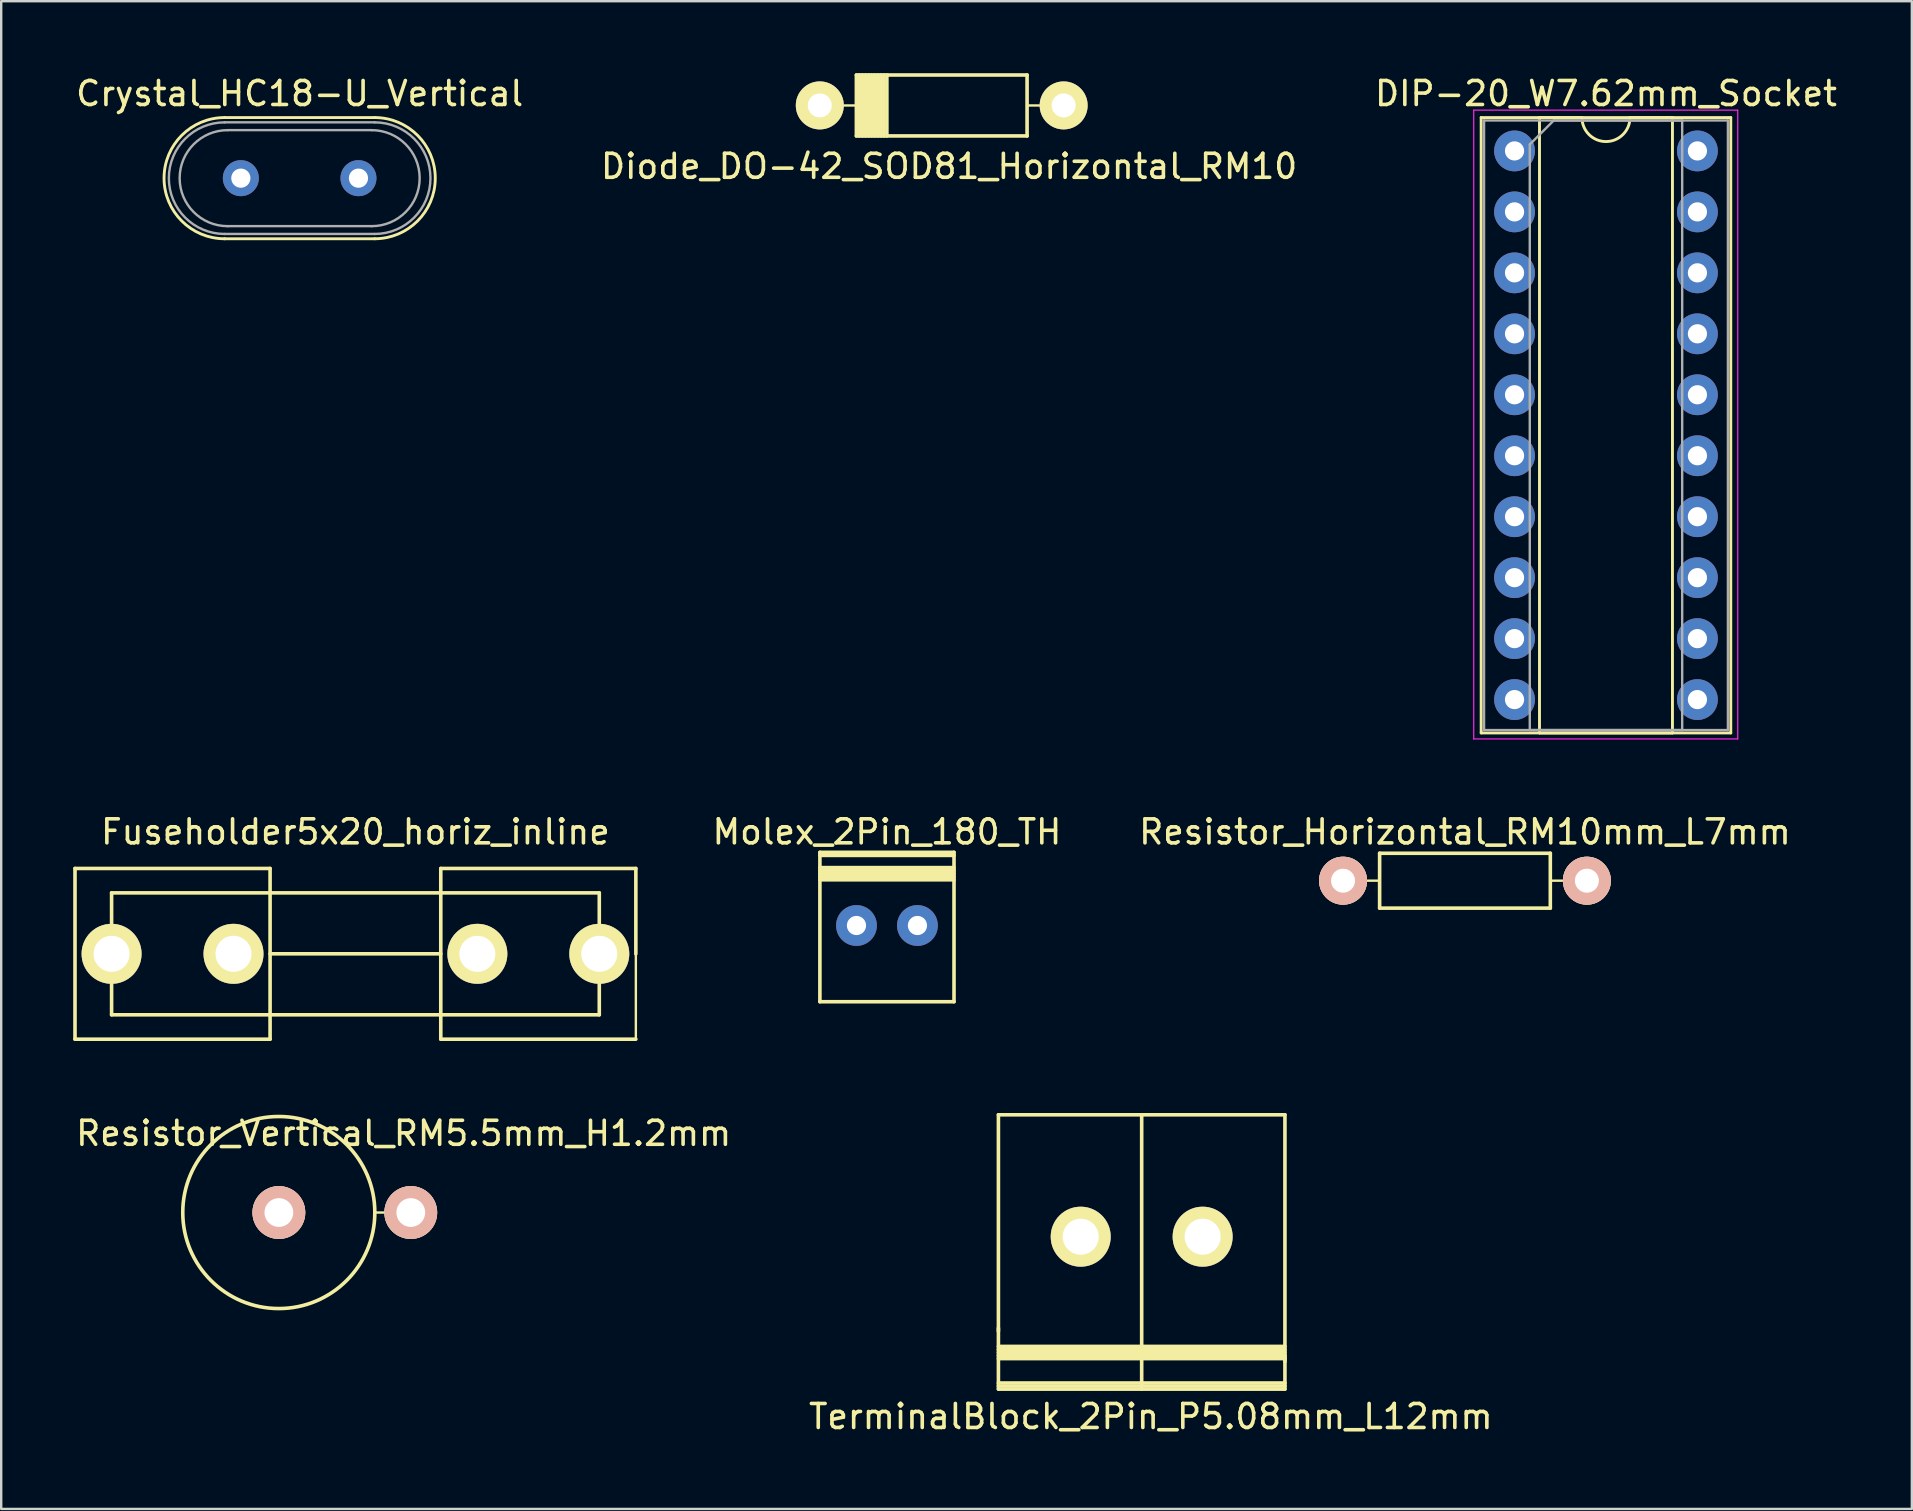
<source format=kicad_pcb>
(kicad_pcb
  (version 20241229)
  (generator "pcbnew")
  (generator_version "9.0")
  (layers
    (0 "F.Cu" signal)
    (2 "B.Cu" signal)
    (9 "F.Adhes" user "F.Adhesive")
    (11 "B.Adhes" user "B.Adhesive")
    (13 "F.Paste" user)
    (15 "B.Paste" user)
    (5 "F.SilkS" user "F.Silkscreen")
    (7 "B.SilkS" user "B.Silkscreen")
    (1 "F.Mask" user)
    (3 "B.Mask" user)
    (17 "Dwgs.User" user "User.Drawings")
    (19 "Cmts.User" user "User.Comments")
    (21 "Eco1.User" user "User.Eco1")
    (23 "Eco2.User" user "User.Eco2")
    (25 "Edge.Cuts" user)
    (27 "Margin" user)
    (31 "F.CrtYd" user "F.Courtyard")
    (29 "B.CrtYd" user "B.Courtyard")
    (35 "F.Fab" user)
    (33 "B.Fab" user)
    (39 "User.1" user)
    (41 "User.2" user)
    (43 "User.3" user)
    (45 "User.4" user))
  (footprint "TerminalBlock_2Pin_P5.08mm_L12mm"
    (layer "F.Cu")
    (at 41.978 48.477)
    (property "Reference" "TerminalBlock_2Pin_P5.08mm_L12mm" (at 2.921 7.493 0) (layer "F.SilkS") (effects (font (size 1 1) (thickness 0.15))))
    (attr through_hole)
    (fp_line (start -3.429 -5.08) (end -3.429 6.35) (stroke (width 0.15) (type solid)) (layer "F.SilkS"))
    (fp_line (start -3.429 3.81) (end -3.429 3.937) (stroke (width 0.15) (type solid)) (layer "F.SilkS"))
    (fp_line (start -3.429 4.572) (end 8.509 4.572) (stroke (width 0.15) (type solid)) (layer "F.SilkS"))
    (fp_line (start -3.429 4.953) (end 8.509 4.953) (stroke (width 0.15) (type solid)) (layer "F.SilkS"))
    (fp_line (start -3.429 6.223) (end 8.509 6.223) (stroke (width 0.15) (type solid)) (layer "F.SilkS"))
    (fp_line (start 2.54 -5.08) (end 2.54 6.35) (stroke (width 0.15) (type solid)) (layer "F.SilkS"))
    (fp_line (start 8.509 -5.08) (end -3.429 -5.08) (stroke (width 0.15) (type solid)) (layer "F.SilkS"))
    (fp_line (start 8.509 -5.08) (end 8.509 6.35) (stroke (width 0.15) (type solid)) (layer "F.SilkS"))
    (fp_line (start 8.509 4.699) (end -3.429 4.699) (stroke (width 0.15) (type solid)) (layer "F.SilkS"))
    (fp_line (start 8.509 4.826) (end -3.429 4.826) (stroke (width 0.15) (type solid)) (layer "F.SilkS"))
    (fp_line (start 8.509 4.953) (end 8.509 5.207) (stroke (width 0.15) (type solid)) (layer "F.SilkS"))
    (fp_line (start 8.509 5.08) (end -3.429 5.08) (stroke (width 0.15) (type solid)) (layer "F.SilkS"))
    (fp_line (start 8.509 6.096) (end -3.429 6.096) (stroke (width 0.15) (type solid)) (layer "F.SilkS"))
    (fp_line (start 8.509 6.35) (end -3.429 6.35) (stroke (width 0.15) (type solid)) (layer "F.SilkS"))
    (pad "1" thru_hole circle (at 0 0) (size 2.5 2.5) (drill 1.5) (layers "*.Cu" "*.Mask" "F.SilkS"))
    (pad "2" thru_hole circle (at 5.08 0) (size 2.5 2.5) (drill 1.5) (layers "*.Cu" "*.Mask" "F.SilkS")))
  (footprint "Resistor_Vertical_RM5.5mm_H1.2mm"
    (layer "F.Cu")
    (at 11.068 47.47)
    (property "Reference" "Resistor_Vertical_RM5.5mm_H1.2mm" (at 2.7 -3.299 0) (layer "F.SilkS") (effects (font (size 1 1) (thickness 0.15))))
    (attr through_hole)
    (fp_line (start 1.524 0) (end 2.032 0) (stroke (width 0.1) (type solid)) (layer "F.SilkS"))
    (fp_circle (center -2.502 0) (end 1.499 0) (stroke (width 0.15) (type solid)) (fill no) (layer "F.SilkS"))
    (pad "1" thru_hole circle (at -2.499 0) (size 2.2 2.2) (drill 1.2) (layers "*.Cu" "*.SilkS" "*.Mask"))
    (pad "2" thru_hole circle (at 2.997 0) (size 2.2 2.2) (drill 1.2) (layers "*.Cu" "*.SilkS" "*.Mask")))
  (footprint "Resistor_Horizontal_RM10mm_L7mm"
    (layer "F.Cu")
    (at 52.908 33.644)
    (property "Reference" "Resistor_Horizontal_RM10mm_L7mm" (at 5.08 -2.032 0) (layer "F.SilkS") (effects (font (size 1 1) (thickness 0.15))))
    (attr through_hole)
    (fp_line (start 1.524 -1.143) (end 8.636 -1.143) (stroke (width 0.15) (type solid)) (layer "F.SilkS"))
    (fp_line (start 1.524 0) (end 1.016 0) (stroke (width 0.1) (type solid)) (layer "F.SilkS"))
    (fp_line (start 1.524 1.143) (end 1.524 -1.143) (stroke (width 0.15) (type solid)) (layer "F.SilkS"))
    (fp_line (start 8.636 -1.143) (end 8.636 1.143) (stroke (width 0.15) (type solid)) (layer "F.SilkS"))
    (fp_line (start 8.636 0) (end 9.144 0) (stroke (width 0.1) (type solid)) (layer "F.SilkS"))
    (fp_line (start 8.636 1.143) (end 1.524 1.143) (stroke (width 0.15) (type solid)) (layer "F.SilkS"))
    (pad "1" thru_hole circle (at 0 0) (size 1.999 1.999) (drill 1) (layers "*.Cu" "*.SilkS" "*.Mask"))
    (pad "2" thru_hole circle (at 10.16 0) (size 1.999 1.999) (drill 1) (layers "*.Cu" "*.SilkS" "*.Mask")))
  (footprint "Diode_DO-42_SOD81_Horizontal_RM10"
    (layer "F.Cu")
    (at 31.107 1.345)
    (property "Reference" "Diode_DO-42_SOD81_Horizontal_RM10" (at 5.387 2.537 0) (layer "F.SilkS") (effects (font (size 1 1) (thickness 0.15))))
    (attr through_hole)
    (fp_line (start 1.524 -1.27) (end 8.636 -1.27) (stroke (width 0.15) (type solid)) (layer "F.SilkS"))
    (fp_line (start 1.524 0) (end 1.016 0) (stroke (width 0.1) (type solid)) (layer "F.SilkS"))
    (fp_line (start 1.524 1.27) (end 1.524 -1.27) (stroke (width 0.15) (type solid)) (layer "F.SilkS"))
    (fp_line (start 1.651 -1.27) (end 1.651 1.27) (stroke (width 0.15) (type solid)) (layer "F.SilkS"))
    (fp_line (start 1.778 -1.27) (end 1.778 1.27) (stroke (width 0.15) (type solid)) (layer "F.SilkS"))
    (fp_line (start 1.905 -1.27) (end 1.905 1.27) (stroke (width 0.15) (type solid)) (layer "F.SilkS"))
    (fp_line (start 2.032 -1.27) (end 2.032 1.27) (stroke (width 0.15) (type solid)) (layer "F.SilkS"))
    (fp_line (start 2.159 -1.27) (end 2.159 1.27) (stroke (width 0.15) (type solid)) (layer "F.SilkS"))
    (fp_line (start 2.286 -1.27) (end 2.286 1.27) (stroke (width 0.15) (type solid)) (layer "F.SilkS"))
    (fp_line (start 2.413 -1.27) (end 2.413 1.27) (stroke (width 0.15) (type solid)) (layer "F.SilkS"))
    (fp_line (start 2.54 -1.27) (end 2.54 1.27) (stroke (width 0.15) (type solid)) (layer "F.SilkS"))
    (fp_line (start 2.667 -1.27) (end 2.667 1.27) (stroke (width 0.15) (type solid)) (layer "F.SilkS"))
    (fp_line (start 2.794 -1.27) (end 2.794 1.27) (stroke (width 0.15) (type solid)) (layer "F.SilkS"))
    (fp_line (start 8.636 -1.27) (end 8.636 1.27) (stroke (width 0.15) (type solid)) (layer "F.SilkS"))
    (fp_line (start 8.636 0) (end 9.144 0) (stroke (width 0.1) (type solid)) (layer "F.SilkS"))
    (fp_line (start 8.636 1.27) (end 1.524 1.27) (stroke (width 0.15) (type solid)) (layer "F.SilkS"))
    (pad "1" thru_hole circle (at 0 -0.003 180) (size 2 2) (drill 1) (layers "*.Cu" "*.Mask" "F.SilkS"))
    (pad "2" thru_hole circle (at 10.16 -0.003 180) (size 1.999 1.999) (drill 1) (layers "*.Cu" "*.Mask" "F.SilkS")))
  (footprint "Fuseholder5x20_horiz_inline"
    (layer "F.Cu")
    (at 1.599 36.691)
    (property "Reference" "Fuseholder5x20_horiz_inline" (at 10.16 -5.08 0) (layer "F.SilkS") (effects (font (size 1 1) (thickness 0.15))))
    (attr through_hole)
    (fp_line (start -1.524 -3.556) (end 6.604 -3.556) (stroke (width 0.15) (type solid)) (layer "F.SilkS"))
    (fp_line (start -1.524 3.556) (end -1.524 -3.556) (stroke (width 0.15) (type solid)) (layer "F.SilkS"))
    (fp_line (start -1.524 3.556) (end 6.604 3.556) (stroke (width 0.15) (type solid)) (layer "F.SilkS"))
    (fp_line (start 0 -2.54) (end 0 -1.27) (stroke (width 0.15) (type solid)) (layer "F.SilkS"))
    (fp_line (start 0 -2.54) (end 20.32 -2.54) (stroke (width 0.15) (type solid)) (layer "F.SilkS"))
    (fp_line (start 0 2.54) (end 0 1.27) (stroke (width 0.15) (type solid)) (layer "F.SilkS"))
    (fp_line (start 0 2.54) (end 20.32 2.54) (stroke (width 0.15) (type solid)) (layer "F.SilkS"))
    (fp_line (start 6.604 -3.556) (end 6.604 3.556) (stroke (width 0.15) (type solid)) (layer "F.SilkS"))
    (fp_line (start 13.716 -3.556) (end 13.716 3.556) (stroke (width 0.15) (type solid)) (layer "F.SilkS"))
    (fp_line (start 13.716 0) (end 6.604 0) (stroke (width 0.15) (type solid)) (layer "F.SilkS"))
    (fp_line (start 20.32 -1.27) (end 20.32 -2.54) (stroke (width 0.15) (type solid)) (layer "F.SilkS"))
    (fp_line (start 20.32 2.54) (end 20.32 1.27) (stroke (width 0.15) (type solid)) (layer "F.SilkS"))
    (fp_line (start 21.844 -3.556) (end 13.716 -3.556) (stroke (width 0.15) (type solid)) (layer "F.SilkS"))
    (fp_line (start 21.844 -3.556) (end 21.844 0) (stroke (width 0.15) (type solid)) (layer "F.SilkS"))
    (fp_line (start 21.844 0) (end 21.844 3.556) (stroke (width 0.1) (type solid)) (layer "F.SilkS"))
    (fp_line (start 21.844 3.556) (end 13.716 3.556) (stroke (width 0.15) (type solid)) (layer "F.SilkS"))
    (pad "1" thru_hole circle (at 0 0) (size 2.5 2.5) (drill 1.5) (layers "*.Cu" "*.Mask" "F.SilkS"))
    (pad "1" thru_hole circle (at 5.08 0) (size 2.5 2.5) (drill 1.5) (layers "*.Cu" "*.Mask" "F.SilkS"))
    (pad "2" thru_hole circle (at 15.24 0) (size 2.5 2.5) (drill 1.5) (layers "*.Cu" "*.Mask" "F.SilkS"))
    (pad "2" thru_hole circle (at 20.32 0) (size 2.5 2.5) (drill 1.5) (layers "*.Cu" "*.Mask" "F.SilkS")))
  (footprint "DIP-20_W7.62mm_Socket"
    (layer "F.Cu")
    (at 60.053 3.238)
    (property "Reference" "DIP-20_W7.62mm_Socket" (at 3.81 -2.39 0) (layer "F.SilkS") (effects (font (size 1 1) (thickness 0.15))))
    (attr through_hole)
    (fp_line (start -1.39 -1.39) (end -1.39 24.25) (stroke (width 0.12) (type solid)) (layer "F.SilkS"))
    (fp_line (start -1.39 24.25) (end 9.01 24.25) (stroke (width 0.12) (type solid)) (layer "F.SilkS"))
    (fp_line (start 1.04 -1.39) (end 1.04 24.25) (stroke (width 0.12) (type solid)) (layer "F.SilkS"))
    (fp_line (start 1.04 24.25) (end 6.58 24.25) (stroke (width 0.12) (type solid)) (layer "F.SilkS"))
    (fp_line (start 2.81 -1.39) (end 1.04 -1.39) (stroke (width 0.12) (type solid)) (layer "F.SilkS"))
    (fp_line (start 6.58 -1.39) (end 4.81 -1.39) (stroke (width 0.12) (type solid)) (layer "F.SilkS"))
    (fp_line (start 6.58 24.25) (end 6.58 -1.39) (stroke (width 0.12) (type solid)) (layer "F.SilkS"))
    (fp_line (start 9.01 -1.39) (end -1.39 -1.39) (stroke (width 0.12) (type solid)) (layer "F.SilkS"))
    (fp_line (start 9.01 24.25) (end 9.01 -1.39) (stroke (width 0.12) (type solid)) (layer "F.SilkS"))
    (fp_arc (start 4.81 -1.39) (mid 3.81 -0.39) (end 2.81 -1.39) (stroke (width 0.12) (type solid)) (layer "F.SilkS"))
    (fp_line (start -1.7 -1.7) (end -1.7 24.5) (stroke (width 0.05) (type solid)) (layer "F.CrtYd"))
    (fp_line (start -1.7 24.5) (end 9.3 24.5) (stroke (width 0.05) (type solid)) (layer "F.CrtYd"))
    (fp_line (start 9.3 -1.7) (end -1.7 -1.7) (stroke (width 0.05) (type solid)) (layer "F.CrtYd"))
    (fp_line (start 9.3 24.5) (end 9.3 -1.7) (stroke (width 0.05) (type solid)) (layer "F.CrtYd"))
    (fp_line (start -1.27 -1.27) (end -1.27 24.13) (stroke (width 0.1) (type solid)) (layer "F.Fab"))
    (fp_line (start -1.27 24.13) (end 8.89 24.13) (stroke (width 0.1) (type solid)) (layer "F.Fab"))
    (fp_line (start 0.635 -0.27) (end 1.635 -1.27) (stroke (width 0.1) (type solid)) (layer "F.Fab"))
    (fp_line (start 0.635 24.13) (end 0.635 -0.27) (stroke (width 0.1) (type solid)) (layer "F.Fab"))
    (fp_line (start 1.635 -1.27) (end 6.985 -1.27) (stroke (width 0.1) (type solid)) (layer "F.Fab"))
    (fp_line (start 6.985 -1.27) (end 6.985 24.13) (stroke (width 0.1) (type solid)) (layer "F.Fab"))
    (fp_line (start 6.985 24.13) (end 0.635 24.13) (stroke (width 0.1) (type solid)) (layer "F.Fab"))
    (fp_line (start 8.89 -1.27) (end -1.27 -1.27) (stroke (width 0.1) (type solid)) (layer "F.Fab"))
    (fp_line (start 8.89 24.13) (end 8.89 -1.27) (stroke (width 0.1) (type solid)) (layer "F.Fab"))
    (pad "1" thru_hole circle (at 0 0) (size 1.7 1.7) (drill 0.8) (layers "*.Cu" "*.Mask"))
    (pad "2" thru_hole circle (at 0 2.54) (size 1.7 1.7) (drill 0.8) (layers "*.Cu" "*.Mask"))
    (pad "3" thru_hole circle (at 0 5.08) (size 1.7 1.7) (drill 0.8) (layers "*.Cu" "*.Mask"))
    (pad "4" thru_hole circle (at 0 7.62) (size 1.7 1.7) (drill 0.8) (layers "*.Cu" "*.Mask"))
    (pad "5" thru_hole circle (at 0 10.16) (size 1.7 1.7) (drill 0.8) (layers "*.Cu" "*.Mask"))
    (pad "6" thru_hole circle (at 0 12.7) (size 1.7 1.7) (drill 0.8) (layers "*.Cu" "*.Mask"))
    (pad "7" thru_hole circle (at 0 15.24) (size 1.7 1.7) (drill 0.8) (layers "*.Cu" "*.Mask"))
    (pad "8" thru_hole circle (at 0 17.78) (size 1.7 1.7) (drill 0.8) (layers "*.Cu" "*.Mask"))
    (pad "9" thru_hole circle (at 0 20.32) (size 1.7 1.7) (drill 0.8) (layers "*.Cu" "*.Mask"))
    (pad "10" thru_hole circle (at 0 22.86) (size 1.7 1.7) (drill 0.8) (layers "*.Cu" "*.Mask"))
    (pad "11" thru_hole circle (at 7.62 22.86) (size 1.7 1.7) (drill 0.8) (layers "*.Cu" "*.Mask"))
    (pad "12" thru_hole circle (at 7.62 20.32) (size 1.7 1.7) (drill 0.8) (layers "*.Cu" "*.Mask"))
    (pad "13" thru_hole circle (at 7.62 17.78) (size 1.7 1.7) (drill 0.8) (layers "*.Cu" "*.Mask"))
    (pad "14" thru_hole circle (at 7.62 15.24) (size 1.7 1.7) (drill 0.8) (layers "*.Cu" "*.Mask"))
    (pad "15" thru_hole circle (at 7.62 12.7) (size 1.7 1.7) (drill 0.8) (layers "*.Cu" "*.Mask"))
    (pad "16" thru_hole circle (at 7.62 10.16) (size 1.7 1.7) (drill 0.8) (layers "*.Cu" "*.Mask"))
    (pad "17" thru_hole circle (at 7.62 7.62) (size 1.7 1.7) (drill 0.8) (layers "*.Cu" "*.Mask"))
    (pad "18" thru_hole circle (at 7.62 5.08) (size 1.7 1.7) (drill 0.8) (layers "*.Cu" "*.Mask"))
    (pad "19" thru_hole circle (at 7.62 2.54) (size 1.7 1.7) (drill 0.8) (layers "*.Cu" "*.Mask"))
    (pad "20" thru_hole circle (at 7.62 0) (size 1.7 1.7) (drill 0.8) (layers "*.Cu" "*.Mask")))
  (footprint "Crystal_HC18-U_Vertical"
    (layer "F.Cu")
    (at 6.985 4.373)
    (property "Reference" "Crystal_HC18-U_Vertical" (at 2.45 -3.525 0) (layer "F.SilkS") (effects (font (size 1 1) (thickness 0.15))))
    (attr through_hole)
    (fp_line (start -0.675 -2.525) (end 5.575 -2.525) (stroke (width 0.12) (type solid)) (layer "F.SilkS"))
    (fp_line (start -0.675 2.525) (end 5.575 2.525) (stroke (width 0.12) (type solid)) (layer "F.SilkS"))
    (fp_arc (start -0.675 2.525) (mid -3.2 0) (end -0.675 -2.525) (stroke (width 0.12) (type solid)) (layer "F.SilkS"))
    (fp_arc (start 5.575 -2.525) (mid 8.1 0) (end 5.575 2.525) (stroke (width 0.12) (type solid)) (layer "F.SilkS"))
    (fp_line (start -0.675 -2.325) (end 5.575 -2.325) (stroke (width 0.1) (type solid)) (layer "F.Fab"))
    (fp_line (start -0.675 2.325) (end 5.575 2.325) (stroke (width 0.1) (type solid)) (layer "F.Fab"))
    (fp_line (start -0.55 -2) (end 5.45 -2) (stroke (width 0.1) (type solid)) (layer "F.Fab"))
    (fp_line (start -0.55 2) (end 5.45 2) (stroke (width 0.1) (type solid)) (layer "F.Fab"))
    (fp_arc (start -0.675 2.325) (mid -3 0) (end -0.675 -2.325) (stroke (width 0.1) (type solid)) (layer "F.Fab"))
    (fp_arc (start -0.55 2) (mid -2.55 0) (end -0.55 -2) (stroke (width 0.1) (type solid)) (layer "F.Fab"))
    (fp_arc (start 5.45 -2) (mid 7.45 0) (end 5.45 2) (stroke (width 0.1) (type solid)) (layer "F.Fab"))
    (fp_arc (start 5.575 -2.325) (mid 7.9 0) (end 5.575 2.325) (stroke (width 0.1) (type solid)) (layer "F.Fab"))
    (pad "1" thru_hole circle (at 0 0) (size 1.5 1.5) (drill 0.8) (layers "*.Cu" "*.Mask"))
    (pad "2" thru_hole circle (at 4.9 0) (size 1.5 1.5) (drill 0.8) (layers "*.Cu" "*.Mask")))
  (footprint "Molex_2Pin_180_TH"
    (layer "F.Cu")
    (at 32.635 35.511)
    (property "Reference" "Molex_2Pin_180_TH" (at 1.27 -3.9 0) (layer "F.SilkS") (effects (font (size 1 1) (thickness 0.15))))
    (attr exclude_from_pos_files exclude_from_bom)
    (fp_line (start -1.524 -3.048) (end -1.524 3.175) (stroke (width 0.15) (type solid)) (layer "F.SilkS"))
    (fp_line (start -1.524 -2.921) (end 4.064 -2.921) (stroke (width 0.15) (type solid)) (layer "F.SilkS"))
    (fp_line (start -1.524 -2.286) (end 4.064 -2.286) (stroke (width 0.15) (type solid)) (layer "F.SilkS"))
    (fp_line (start -1.524 -2.032) (end 4.064 -2.032) (stroke (width 0.15) (type solid)) (layer "F.SilkS"))
    (fp_line (start 4.064 -3.048) (end -1.524 -3.048) (stroke (width 0.15) (type solid)) (layer "F.SilkS"))
    (fp_line (start 4.064 -2.413) (end -1.524 -2.413) (stroke (width 0.15) (type solid)) (layer "F.SilkS"))
    (fp_line (start 4.064 -2.159) (end -1.524 -2.159) (stroke (width 0.15) (type solid)) (layer "F.SilkS"))
    (fp_line (start 4.064 -1.905) (end -1.524 -1.905) (stroke (width 0.15) (type solid)) (layer "F.SilkS"))
    (fp_line (start 4.064 3.175) (end -1.524 3.175) (stroke (width 0.15) (type solid)) (layer "F.SilkS"))
    (fp_line (start 4.064 3.175) (end 4.064 -3.048) (stroke (width 0.15) (type solid)) (layer "F.SilkS"))
    (pad "1" thru_hole circle (at 0 0) (size 1.7 1.7) (drill 0.8) (layers "*.Cu" "*.Mask"))
    (pad "2" thru_hole circle (at 2.54 0) (size 1.7 1.7) (drill 0.8) (layers "*.Cu" "*.Mask")))
  (gr_rect
    (start -3 -3)
    (end 76.607 59.819)
    (stroke (width 0.1) (type default))
    (fill no)
    (layer "Edge.Cuts")))
</source>
